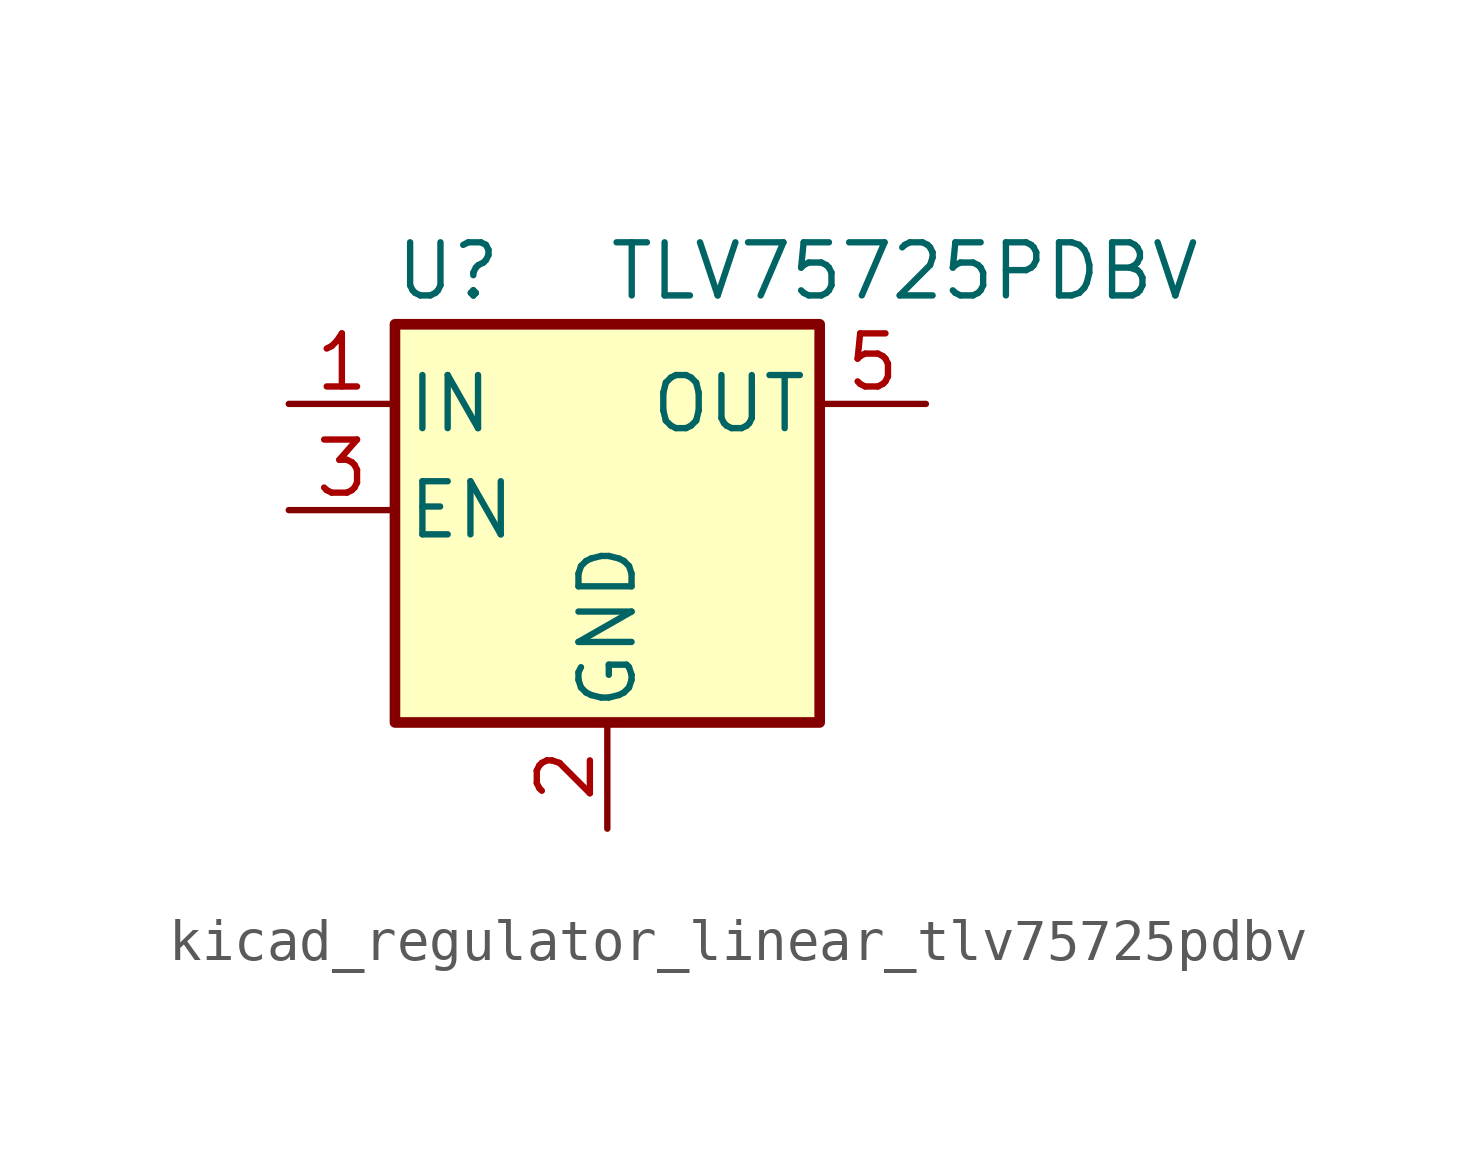
<source format=kicad_sym>
(kicad_symbol_lib
  (version 20220914)
  (generator kicad_symbol_editor)
  (symbol "kicad_regulator_linear_tlv75725pdbv"
    (pin_names
      (offset 0.254))
    (property "Reference" "U"
      (at -3.81 5.715 0)
      (effects (font (size 1.27 1.27))))
    (property "Value" "TLV75725PDBV"
      (at 0 5.715 0)
      (effects (font (size 1.27 1.27)) (justify left)))
    (symbol "kicad_regulator_linear_tlv75725pdbv_0_1"
      (rectangle (start -5.08 4.445) (end 5.08 -5.08) (stroke (width 0.254) (type default)) (fill (type background))))
    (symbol "kicad_regulator_linear_tlv75725pdbv_1_1"
      (pin power_in line (at -7.62 2.54 0) (length 2.54) (name "IN" (effects (font (size 1.27 1.27)))) (number "1" (effects (font (size 1.27 1.27)))))
      (pin power_in line (at 0 -7.62 90) (length 2.54) (name "GND" (effects (font (size 1.27 1.27)))) (number "2" (effects (font (size 1.27 1.27)))))
      (pin input line (at -7.62 0 0) (length 2.54) (name "EN" (effects (font (size 1.27 1.27)))) (number "3" (effects (font (size 1.27 1.27)))))
      (pin no_connect line (at 5.08 0 180) (length 2.54) hide (name "NC" (effects (font (size 1.27 1.27)))) (number "4" (effects (font (size 1.27 1.27)))))
      (pin power_out line (at 7.62 2.54 180) (length 2.54) (name "OUT" (effects (font (size 1.27 1.27)))) (number "5" (effects (font (size 1.27 1.27))))))))
</source>
